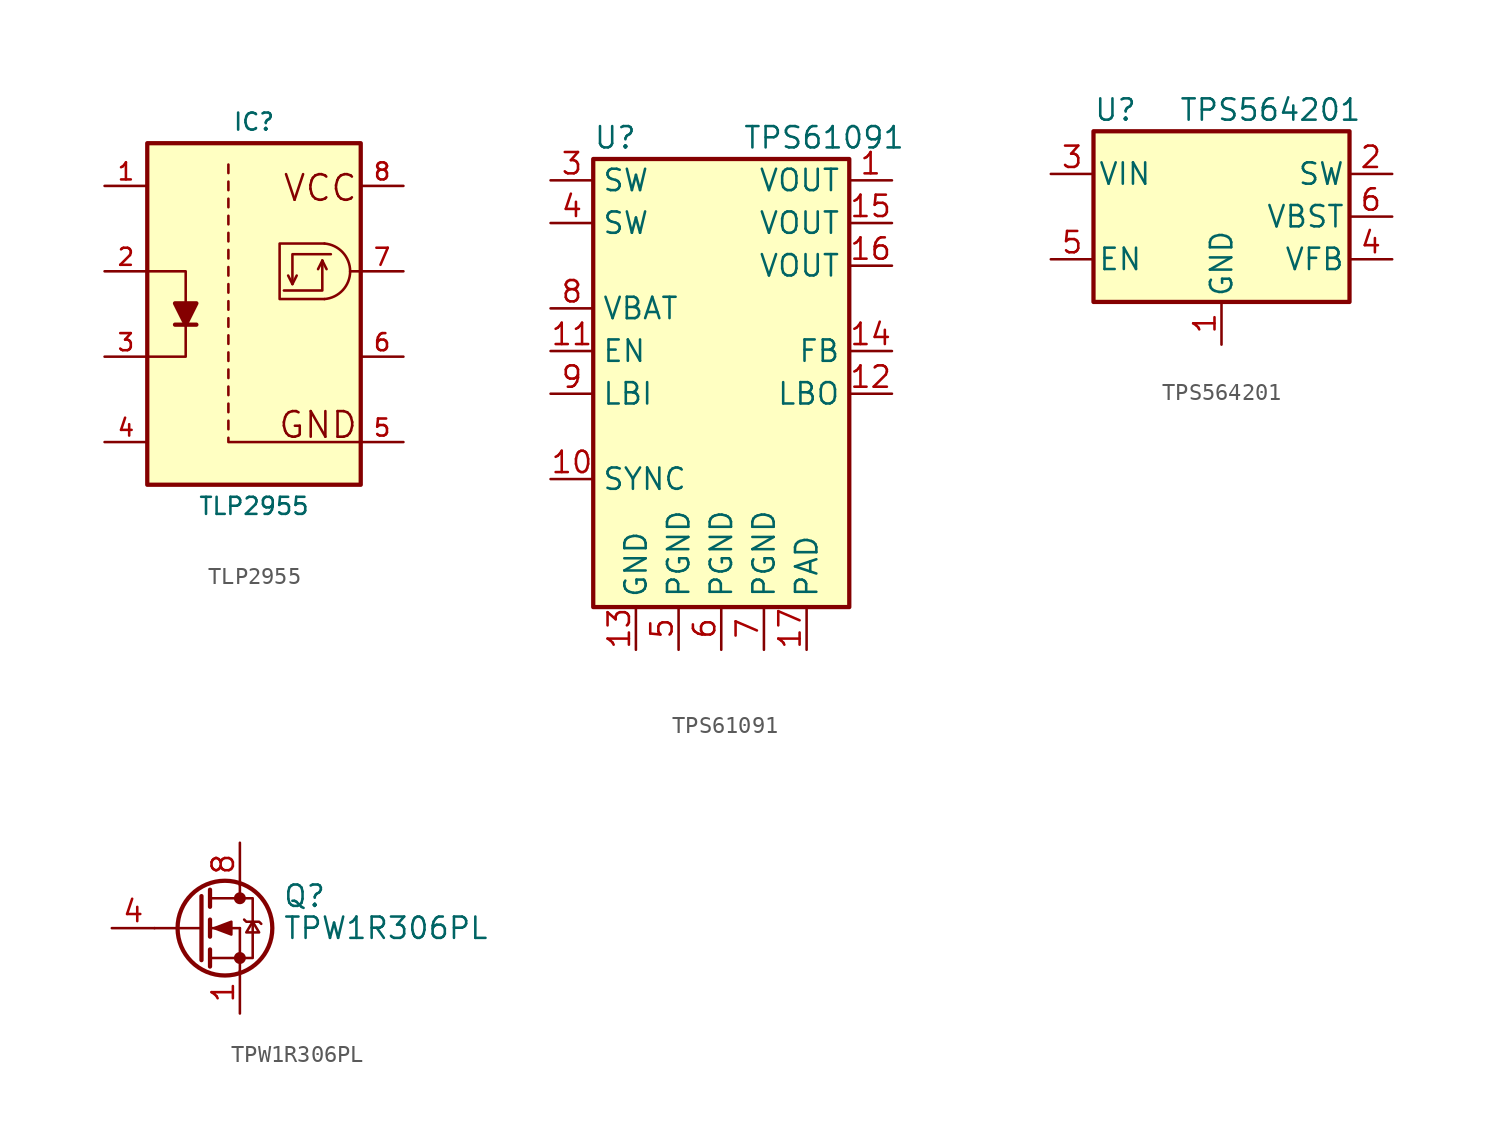
<source format=kicad_sym>
(kicad_symbol_lib
  (version 20220914)
  (generator kicad_symbol_editor)
  (symbol "TLP2955"
    (pin_names
      (offset 1.016))
    (property "Reference" "IC"
      (at 0 11.43 0)
      (effects (font (size 1.016 1.016))))
    (property "Value" "TLP2955"
      (at 0 -11.43 0)
      (effects (font (size 1.016 1.016))))
    (property "Footprint" ""
      (at -6.35 -11.43 0)
      (effects (font (size 0.737 0.737))))
    (property "Datasheet" ""
      (at -2.667 0 0)
      (effects (font (size 1.524 1.524))))
    (symbol "TLP2955_0_0"
      (polyline (pts (xy 4.064 3.175) (xy 3.81 2.667)) (stroke (width 0) (type solid)) (fill (type none)))
      (polyline (pts (xy 4.064 3.175) (xy 4.318 2.667)) (stroke (width 0) (type solid)) (fill (type none)))
      (polyline (pts (xy 1.778 1.397) (xy 4.064 1.397) (xy 4.064 3.175)) (stroke (width 0) (type solid)) (fill (type none)))
      (polyline (pts (xy 2.032 2.286) (xy 2.286 1.778) (xy 2.54 2.286)) (stroke (width 0) (type solid)) (fill (type none)))
      (polyline (pts (xy 4.572 3.556) (xy 2.286 3.556) (xy 2.286 1.778)) (stroke (width 0) (type solid)) (fill (type none)))
      (text "GND" (at 3.81 -6.604 0) (effects (font (size 1.524 1.524))))
      (text "VCC" (at 3.937 7.493 0) (effects (font (size 1.524 1.524)))))
    (symbol "TLP2955_0_1"
      (rectangle (start -6.35 10.16) (end 6.35 -10.16) (stroke (width 0.254) (type solid)) (fill (type background)))
      (polyline (pts (xy -4.699 -0.635) (xy -3.429 -0.635)) (stroke (width 0.254) (type solid)) (fill (type none)))
      (polyline (pts (xy -1.524 -6.858) (xy -1.524 -6.35)) (stroke (width 0) (type solid)) (fill (type none)))
      (polyline (pts (xy -1.524 -5.842) (xy -1.524 -5.334)) (stroke (width 0) (type solid)) (fill (type none)))
      (polyline (pts (xy -1.524 -4.826) (xy -1.524 -4.318)) (stroke (width 0) (type solid)) (fill (type none)))
      (polyline (pts (xy -1.524 -3.81) (xy -1.524 -3.302)) (stroke (width 0) (type solid)) (fill (type none)))
      (polyline (pts (xy -1.524 -2.794) (xy -1.524 -2.286)) (stroke (width 0) (type solid)) (fill (type none)))
      (polyline (pts (xy -1.524 -1.778) (xy -1.524 -1.27)) (stroke (width 0) (type solid)) (fill (type none)))
      (polyline (pts (xy -1.524 -0.762) (xy -1.524 -0.254)) (stroke (width 0) (type solid)) (fill (type none)))
      (polyline (pts (xy -1.524 0.254) (xy -1.524 0.762)) (stroke (width 0) (type solid)) (fill (type none)))
      (polyline (pts (xy -1.524 1.27) (xy -1.524 1.778)) (stroke (width 0) (type solid)) (fill (type none)))
      (polyline (pts (xy -1.524 2.286) (xy -1.524 2.794)) (stroke (width 0) (type solid)) (fill (type none)))
      (polyline (pts (xy -1.524 3.302) (xy -1.524 3.81)) (stroke (width 0) (type solid)) (fill (type none)))
      (polyline (pts (xy -1.524 4.318) (xy -1.524 4.826)) (stroke (width 0) (type solid)) (fill (type none)))
      (polyline (pts (xy -1.524 5.334) (xy -1.524 5.842)) (stroke (width 0) (type solid)) (fill (type none)))
      (polyline (pts (xy -1.524 6.35) (xy -1.524 6.858)) (stroke (width 0) (type solid)) (fill (type none)))
      (polyline (pts (xy -1.524 7.366) (xy -1.524 7.874)) (stroke (width 0) (type solid)) (fill (type none)))
      (polyline (pts (xy -1.524 8.382) (xy -1.524 8.89)) (stroke (width 0) (type solid)) (fill (type none)))
      (polyline (pts (xy 6.35 2.54) (xy 5.715 2.54)) (stroke (width 0) (type solid)) (fill (type none)))
      (polyline (pts (xy -6.35 2.54) (xy -4.064 2.54) (xy -4.064 0.635)) (stroke (width 0) (type solid)) (fill (type none)))
      (polyline (pts (xy -4.064 -0.635) (xy -4.064 -2.54) (xy -6.35 -2.54)) (stroke (width 0) (type solid)) (fill (type none)))
      (polyline (pts (xy 6.35 -7.62) (xy -1.524 -7.62) (xy -1.524 -7.366)) (stroke (width 0) (type solid)) (fill (type none)))
      (polyline (pts (xy -4.064 -0.635) (xy -4.699 0.635) (xy -3.429 0.635) (xy -4.064 -0.635)) (stroke (width 0.254) (type solid)) (fill (type outline)))
      (polyline (pts (xy 4.191 4.191) (xy 1.524 4.191) (xy 1.524 0.889) (xy 4.191 0.889)) (stroke (width 0) (type solid)) (fill (type none)))
      (arc (start 4.191 0.889) (mid 5.7199 2.54) (end 4.191 4.191) (stroke (width 0) (type solid)) (fill (type none))))
    (symbol "TLP2955_1_1"
      (pin passive line (at -8.89 7.62 0) (length 2.54) (name "~" (effects (font (size 1.016 1.016)))) (number "1" (effects (font (size 1.016 1.016)))))
      (pin passive line (at -8.89 2.54 0) (length 2.54) (name "~" (effects (font (size 1.016 1.016)))) (number "2" (effects (font (size 1.016 1.016)))))
      (pin passive line (at -8.89 -2.54 0) (length 2.54) (name "~" (effects (font (size 1.016 1.016)))) (number "3" (effects (font (size 1.016 1.016)))))
      (pin passive line (at -8.89 -7.62 0) (length 2.54) (name "~" (effects (font (size 1.016 1.016)))) (number "4" (effects (font (size 1.016 1.016)))))
      (pin passive line (at 8.89 -7.62 180) (length 2.54) (name "~" (effects (font (size 1.016 1.016)))) (number "5" (effects (font (size 1.016 1.016)))))
      (pin passive line (at 8.89 -2.54 180) (length 2.54) (name "~" (effects (font (size 1.016 1.016)))) (number "6" (effects (font (size 1.016 1.016)))))
      (pin passive line (at 8.89 2.54 180) (length 2.54) (name "~" (effects (font (size 1.016 1.016)))) (number "7" (effects (font (size 1.016 1.016)))))
      (pin passive line (at 8.89 7.62 180) (length 2.54) (name "~" (effects (font (size 1.016 1.016)))) (number "8" (effects (font (size 1.016 1.016)))))))
  (symbol "TPS61091"
    (property "Reference" "U"
      (at -7.62 15.24 0)
      (effects (font (size 1.27 1.27)) (justify left)))
    (property "Value" "TPS61091"
      (at 1.27 15.24 0)
      (effects (font (size 1.27 1.27)) (justify left)))
    (symbol "TPS61091_0_0"
      (pin power_out line (at 10.16 12.7 180) (length 2.54) (name "VOUT" (effects (font (size 1.27 1.27)))) (number "1" (effects (font (size 1.27 1.27)))))
      (pin input line (at -10.16 -5.08 0) (length 2.54) (name "SYNC" (effects (font (size 1.27 1.27)))) (number "10" (effects (font (size 1.27 1.27)))))
      (pin input line (at -10.16 2.54 0) (length 2.54) (name "EN" (effects (font (size 1.27 1.27)))) (number "11" (effects (font (size 1.27 1.27)))))
      (pin open_collector line (at 10.16 0 180) (length 2.54) (name "LBO" (effects (font (size 1.27 1.27)))) (number "12" (effects (font (size 1.27 1.27)))))
      (pin power_in line (at -5.08 -15.24 90) (length 2.54) (name "GND" (effects (font (size 1.27 1.27)))) (number "13" (effects (font (size 1.27 1.27)))))
      (pin input line (at 10.16 2.54 180) (length 2.54) (name "FB" (effects (font (size 1.27 1.27)))) (number "14" (effects (font (size 1.27 1.27)))))
      (pin passive line (at 10.16 10.16 180) (length 2.54) (name "VOUT" (effects (font (size 1.27 1.27)))) (number "15" (effects (font (size 1.27 1.27)))))
      (pin passive line (at 10.16 7.62 180) (length 2.54) (name "VOUT" (effects (font (size 1.27 1.27)))) (number "16" (effects (font (size 1.27 1.27)))))
      (pin power_in line (at 5.08 -15.24 90) (length 2.54) (name "PAD" (effects (font (size 1.27 1.27)))) (number "17" (effects (font (size 1.27 1.27)))))
      (pin no_connect line (at 10.16 -5.08 180) (length 2.54) hide (name "NC" (effects (font (size 1.27 1.27)))) (number "2" (effects (font (size 1.27 1.27)))))
      (pin passive line (at -10.16 12.7 0) (length 2.54) (name "SW" (effects (font (size 1.27 1.27)))) (number "3" (effects (font (size 1.27 1.27)))))
      (pin passive line (at -10.16 10.16 0) (length 2.54) (name "SW" (effects (font (size 1.27 1.27)))) (number "4" (effects (font (size 1.27 1.27)))))
      (pin power_in line (at -2.54 -15.24 90) (length 2.54) (name "PGND" (effects (font (size 1.27 1.27)))) (number "5" (effects (font (size 1.27 1.27)))))
      (pin power_in line (at 0 -15.24 90) (length 2.54) (name "PGND" (effects (font (size 1.27 1.27)))) (number "6" (effects (font (size 1.27 1.27)))))
      (pin power_in line (at 2.54 -15.24 90) (length 2.54) (name "PGND" (effects (font (size 1.27 1.27)))) (number "7" (effects (font (size 1.27 1.27)))))
      (pin power_in line (at -10.16 5.08 0) (length 2.54) (name "VBAT" (effects (font (size 1.27 1.27)))) (number "8" (effects (font (size 1.27 1.27)))))
      (pin input line (at -10.16 0 0) (length 2.54) (name "LBI" (effects (font (size 1.27 1.27)))) (number "9" (effects (font (size 1.27 1.27))))))
    (symbol "TPS61091_0_1"
      (rectangle (start -7.62 13.97) (end 7.62 -12.7) (stroke (width 0.254) (type solid)) (fill (type background)))))
  (symbol "TPS564201"
    (pin_names
      (offset 0.254))
    (property "Reference" "U"
      (at -7.62 6.35 0)
      (effects (font (size 1.27 1.27)) (justify left)))
    (property "Value" "TPS564201"
      (at -2.54 6.35 0)
      (effects (font (size 1.27 1.27)) (justify left)))
    (symbol "TPS564201_0_1"
      (rectangle (start -7.62 5.08) (end 7.62 -5.08) (stroke (width 0.254) (type solid)) (fill (type background))))
    (symbol "TPS564201_1_1"
      (pin power_in line (at 0 -7.62 90) (length 2.54) (name "GND" (effects (font (size 1.27 1.27)))) (number "1" (effects (font (size 1.27 1.27)))))
      (pin output line (at 10.16 2.54 180) (length 2.54) (name "SW" (effects (font (size 1.27 1.27)))) (number "2" (effects (font (size 1.27 1.27)))))
      (pin power_in line (at -10.16 2.54 0) (length 2.54) (name "VIN" (effects (font (size 1.27 1.27)))) (number "3" (effects (font (size 1.27 1.27)))))
      (pin input line (at 10.16 -2.54 180) (length 2.54) (name "VFB" (effects (font (size 1.27 1.27)))) (number "4" (effects (font (size 1.27 1.27)))))
      (pin input line (at -10.16 -2.54 0) (length 2.54) (name "EN" (effects (font (size 1.27 1.27)))) (number "5" (effects (font (size 1.27 1.27)))))
      (pin input line (at 10.16 0 180) (length 2.54) (name "VBST" (effects (font (size 1.27 1.27)))) (number "6" (effects (font (size 1.27 1.27)))))))
  (symbol "TPW1R306PL"
    (pin_names
      (offset 0) hide)
    (property "Reference" "Q"
      (at 5.08 1.905 0)
      (effects (font (size 1.27 1.27)) (justify left)))
    (property "Value" "TPW1R306PL"
      (at 5.08 0 0)
      (effects (font (size 1.27 1.27)) (justify left)))
    (symbol "TPW1R306PL_0_1"
      (polyline (pts (xy -2.54 0) (xy 0.254 0)) (stroke (width 0) (type solid)) (fill (type none)))
      (polyline (pts (xy 0.762 -1.778) (xy 2.54 -1.778)) (stroke (width 0) (type solid)) (fill (type none)))
      (polyline (pts (xy 0.762 -1.27) (xy 0.762 -2.286)) (stroke (width 0.254) (type solid)) (fill (type none)))
      (polyline (pts (xy 0.762 0) (xy 2.54 0)) (stroke (width 0) (type solid)) (fill (type none)))
      (polyline (pts (xy 0.762 0.508) (xy 0.762 -0.508)) (stroke (width 0.254) (type solid)) (fill (type none)))
      (polyline (pts (xy 0.762 1.778) (xy 2.54 1.778)) (stroke (width 0) (type solid)) (fill (type none)))
      (polyline (pts (xy 0.762 2.286) (xy 0.762 1.27)) (stroke (width 0.254) (type solid)) (fill (type none)))
      (polyline (pts (xy 2.54 -1.778) (xy 2.54 -2.54)) (stroke (width 0) (type solid)) (fill (type none)))
      (polyline (pts (xy 2.54 -1.778) (xy 2.54 0)) (stroke (width 0) (type solid)) (fill (type none)))
      (polyline (pts (xy 2.54 2.54) (xy 2.54 1.778)) (stroke (width 0) (type solid)) (fill (type none)))
      (polyline (pts (xy 0.254 1.905) (xy 0.254 -1.905) (xy 0.254 -1.905)) (stroke (width 0.254) (type solid)) (fill (type none)))
      (polyline (pts (xy 1.016 0) (xy 2.032 0.381) (xy 2.032 -0.381) (xy 1.016 0)) (stroke (width 0) (type solid)) (fill (type outline)))
      (polyline (pts (xy 2.54 -1.778) (xy 3.302 -1.778) (xy 3.302 1.778) (xy 2.54 1.778)) (stroke (width 0) (type solid)) (fill (type none)))
      (polyline (pts (xy 2.794 0.508) (xy 2.921 0.381) (xy 3.683 0.381) (xy 3.81 0.254)) (stroke (width 0) (type solid)) (fill (type none)))
      (polyline (pts (xy 3.302 0.381) (xy 2.921 -0.254) (xy 3.683 -0.254) (xy 3.302 0.381)) (stroke (width 0) (type solid)) (fill (type none)))
      (circle (center 1.651 0) (radius 2.819) (stroke (width 0.254) (type solid)) (fill (type none)))
      (circle (center 2.54 -1.778) (radius 0.279) (stroke (width 0) (type solid)) (fill (type outline)))
      (circle (center 2.54 1.778) (radius 0.279) (stroke (width 0) (type solid)) (fill (type outline))))
    (symbol "TPW1R306PL_1_1"
      (pin passive line (at 2.54 -5.08 90) (length 2.54) (name "S" (effects (font (size 1.27 1.27)))) (number "1" (effects (font (size 1.27 1.27)))))
      (pin passive line (at 2.54 -5.08 90) (length 2.54) hide (name "S" (effects (font (size 1.27 1.27)))) (number "2" (effects (font (size 1.27 1.27)))))
      (pin passive line (at 2.54 -5.08 90) (length 2.54) hide (name "S" (effects (font (size 1.27 1.27)))) (number "3" (effects (font (size 1.27 1.27)))))
      (pin passive line (at -5.08 0 0) (length 2.54) (name "G" (effects (font (size 1.27 1.27)))) (number "4" (effects (font (size 1.27 1.27)))))
      (pin passive line (at 2.54 5.08 270) (length 2.54) hide (name "D" (effects (font (size 1.27 1.27)))) (number "5" (effects (font (size 1.27 1.27)))))
      (pin passive line (at 2.54 5.08 270) (length 2.54) hide (name "D" (effects (font (size 1.27 1.27)))) (number "6" (effects (font (size 1.27 1.27)))))
      (pin passive line (at 2.54 5.08 270) (length 2.54) hide (name "D" (effects (font (size 1.27 1.27)))) (number "7" (effects (font (size 1.27 1.27)))))
      (pin passive line (at 2.54 5.08 270) (length 2.54) (name "D" (effects (font (size 1.27 1.27)))) (number "8" (effects (font (size 1.27 1.27))))))))
</source>
